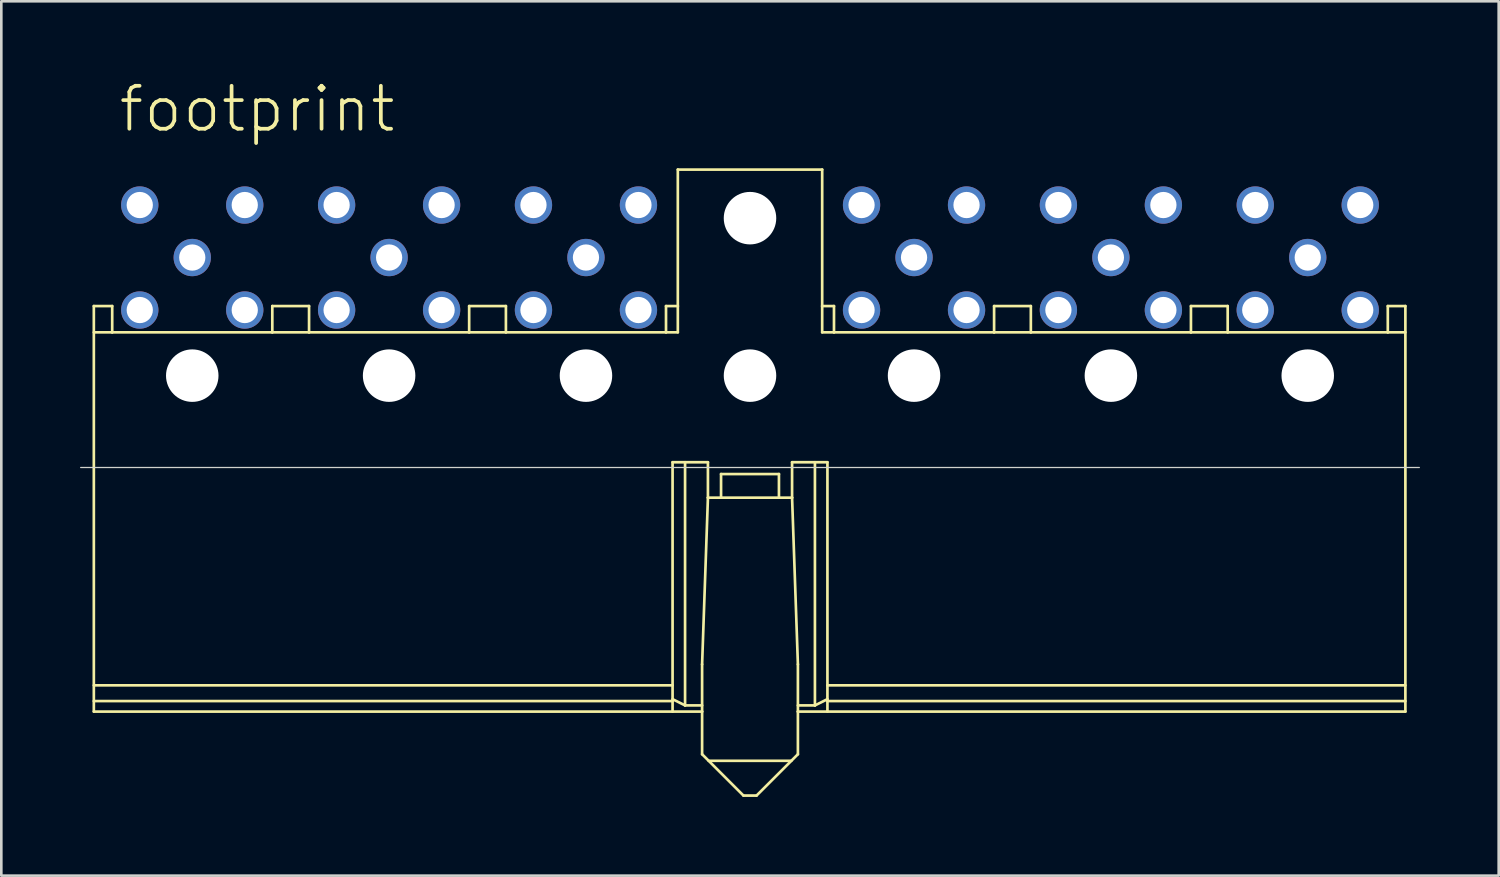
<source format=kicad_pcb>
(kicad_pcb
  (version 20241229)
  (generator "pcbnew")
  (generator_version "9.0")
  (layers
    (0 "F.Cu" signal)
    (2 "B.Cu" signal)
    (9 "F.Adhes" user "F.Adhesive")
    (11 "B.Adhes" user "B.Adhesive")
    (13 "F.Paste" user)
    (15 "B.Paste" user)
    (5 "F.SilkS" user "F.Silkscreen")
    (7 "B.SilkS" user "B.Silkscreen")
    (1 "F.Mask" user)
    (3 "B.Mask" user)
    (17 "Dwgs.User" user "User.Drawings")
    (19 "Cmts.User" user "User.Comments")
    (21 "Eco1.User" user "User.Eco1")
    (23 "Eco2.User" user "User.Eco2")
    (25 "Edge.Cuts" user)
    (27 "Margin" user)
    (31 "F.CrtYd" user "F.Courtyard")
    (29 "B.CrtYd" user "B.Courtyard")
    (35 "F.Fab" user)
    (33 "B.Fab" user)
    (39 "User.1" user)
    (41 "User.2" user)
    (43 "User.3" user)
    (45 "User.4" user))
  (footprint "footprint"
    (layer "F.Cu")
    (at 25.525 11.262)
    (property "Reference" "footprint" (at -24.13 -9.2 0) (layer "F.SilkS") (effects (font (size 1.636 1.636) (thickness 0.142)) (justify left bottom)))
    (fp_line (start -25 -2.651) (end -25 12.799) (stroke (width 0.102) (type solid)) (layer "F.SilkS"))
    (fp_line (start -25 -1.651) (end -24.3 -1.651) (stroke (width 0.102) (type solid)) (layer "F.SilkS"))
    (fp_line (start -25 11.799) (end -2.95 11.799) (stroke (width 0.102) (type solid)) (layer "F.SilkS"))
    (fp_line (start -25 12.399) (end -2.95 12.399) (stroke (width 0.102) (type solid)) (layer "F.SilkS"))
    (fp_line (start -25 12.799) (end -1.825 12.799) (stroke (width 0.102) (type solid)) (layer "F.SilkS"))
    (fp_line (start -24.3 -2.651) (end -25 -2.651) (stroke (width 0.102) (type solid)) (layer "F.SilkS"))
    (fp_line (start -24.3 -1.651) (end -24.3 -2.651) (stroke (width 0.102) (type solid)) (layer "F.SilkS"))
    (fp_line (start -18.2 -2.651) (end -18.2 -1.651) (stroke (width 0.102) (type solid)) (layer "F.SilkS"))
    (fp_line (start -18.2 -1.651) (end -24.3 -1.651) (stroke (width 0.102) (type solid)) (layer "F.SilkS"))
    (fp_line (start -18.2 -1.651) (end -16.8 -1.651) (stroke (width 0.102) (type solid)) (layer "F.SilkS"))
    (fp_line (start -16.8 -2.651) (end -18.2 -2.651) (stroke (width 0.102) (type solid)) (layer "F.SilkS"))
    (fp_line (start -16.8 -1.651) (end -16.8 -2.651) (stroke (width 0.102) (type solid)) (layer "F.SilkS"))
    (fp_line (start -10.7 -2.651) (end -10.7 -1.651) (stroke (width 0.102) (type solid)) (layer "F.SilkS"))
    (fp_line (start -10.7 -1.651) (end -16.8 -1.651) (stroke (width 0.102) (type solid)) (layer "F.SilkS"))
    (fp_line (start -10.7 -1.651) (end -9.3 -1.651) (stroke (width 0.102) (type solid)) (layer "F.SilkS"))
    (fp_line (start -9.3 -2.651) (end -10.7 -2.651) (stroke (width 0.102) (type solid)) (layer "F.SilkS"))
    (fp_line (start -9.3 -1.651) (end -9.3 -2.651) (stroke (width 0.102) (type solid)) (layer "F.SilkS"))
    (fp_line (start -3.2 -2.651) (end -3.2 -1.651) (stroke (width 0.102) (type solid)) (layer "F.SilkS"))
    (fp_line (start -3.2 -1.651) (end -9.3 -1.651) (stroke (width 0.102) (type solid)) (layer "F.SilkS"))
    (fp_line (start -3.2 -1.651) (end -2.75 -1.651) (stroke (width 0.102) (type solid)) (layer "F.SilkS"))
    (fp_line (start -2.95 3.299) (end -1.603 3.299) (stroke (width 0.102) (type solid)) (layer "F.SilkS"))
    (fp_line (start -2.95 12.326) (end -2.474 12.564) (stroke (width 0.102) (type solid)) (layer "F.SilkS"))
    (fp_line (start -2.95 12.799) (end -2.95 3.299) (stroke (width 0.102) (type solid)) (layer "F.SilkS"))
    (fp_line (start -2.75 -7.851) (end -2.75 -2.651) (stroke (width 0.102) (type solid)) (layer "F.SilkS"))
    (fp_line (start -2.75 -7.851) (end 2.75 -7.851) (stroke (width 0.102) (type solid)) (layer "F.SilkS"))
    (fp_line (start -2.75 -2.651) (end -3.2 -2.651) (stroke (width 0.102) (type solid)) (layer "F.SilkS"))
    (fp_line (start -2.75 -1.651) (end -2.75 -2.651) (stroke (width 0.102) (type solid)) (layer "F.SilkS"))
    (fp_line (start -2.474 12.564) (end -2.474 3.299) (stroke (width 0.102) (type solid)) (layer "F.SilkS"))
    (fp_line (start -2.474 12.564) (end -1.825 12.564) (stroke (width 0.102) (type solid)) (layer "F.SilkS"))
    (fp_line (start -1.825 10.999) (end -1.603 4.649) (stroke (width 0.102) (type solid)) (layer "F.SilkS"))
    (fp_line (start -1.825 12.799) (end -1.825 10.999) (stroke (width 0.102) (type solid)) (layer "F.SilkS"))
    (fp_line (start -1.825 12.799) (end -1.825 14.424) (stroke (width 0.102) (type solid)) (layer "F.SilkS"))
    (fp_line (start -1.825 14.424) (end -0.25 15.999) (stroke (width 0.102) (type solid)) (layer "F.SilkS"))
    (fp_line (start -1.603 4.649) (end -1.603 3.299) (stroke (width 0.102) (type solid)) (layer "F.SilkS"))
    (fp_line (start -1.103 3.749) (end -1.103 4.649) (stroke (width 0.102) (type solid)) (layer "F.SilkS"))
    (fp_line (start -1.103 3.749) (end 1.103 3.749) (stroke (width 0.102) (type solid)) (layer "F.SilkS"))
    (fp_line (start 0.25 15.999) (end -0.25 15.999) (stroke (width 0.102) (type solid)) (layer "F.SilkS"))
    (fp_line (start 1.103 3.749) (end 1.103 4.649) (stroke (width 0.102) (type solid)) (layer "F.SilkS"))
    (fp_line (start 1.575 14.674) (end -1.575 14.674) (stroke (width 0.102) (type solid)) (layer "F.SilkS"))
    (fp_line (start 1.603 4.649) (end -1.603 4.649) (stroke (width 0.102) (type solid)) (layer "F.SilkS"))
    (fp_line (start 1.603 4.649) (end 1.603 3.299) (stroke (width 0.102) (type solid)) (layer "F.SilkS"))
    (fp_line (start 1.825 10.999) (end 1.603 4.649) (stroke (width 0.102) (type solid)) (layer "F.SilkS"))
    (fp_line (start 1.825 12.799) (end 1.825 10.999) (stroke (width 0.102) (type solid)) (layer "F.SilkS"))
    (fp_line (start 1.825 12.799) (end 1.825 14.424) (stroke (width 0.102) (type solid)) (layer "F.SilkS"))
    (fp_line (start 1.825 14.424) (end 0.25 15.999) (stroke (width 0.102) (type solid)) (layer "F.SilkS"))
    (fp_line (start 2.474 12.564) (end 1.825 12.564) (stroke (width 0.102) (type solid)) (layer "F.SilkS"))
    (fp_line (start 2.474 12.564) (end 2.474 3.299) (stroke (width 0.102) (type solid)) (layer "F.SilkS"))
    (fp_line (start 2.75 -7.851) (end 2.75 -2.651) (stroke (width 0.102) (type solid)) (layer "F.SilkS"))
    (fp_line (start 2.75 -2.651) (end 3.2 -2.651) (stroke (width 0.102) (type solid)) (layer "F.SilkS"))
    (fp_line (start 2.75 -1.651) (end 2.75 -2.651) (stroke (width 0.102) (type solid)) (layer "F.SilkS"))
    (fp_line (start 2.95 3.299) (end 1.603 3.299) (stroke (width 0.102) (type solid)) (layer "F.SilkS"))
    (fp_line (start 2.95 11.799) (end 24.97 11.799) (stroke (width 0.102) (type solid)) (layer "F.SilkS"))
    (fp_line (start 2.95 12.326) (end 2.474 12.564) (stroke (width 0.102) (type solid)) (layer "F.SilkS"))
    (fp_line (start 2.95 12.399) (end 24.97 12.399) (stroke (width 0.102) (type solid)) (layer "F.SilkS"))
    (fp_line (start 2.95 12.799) (end 2.95 3.299) (stroke (width 0.102) (type solid)) (layer "F.SilkS"))
    (fp_line (start 3.2 -2.651) (end 3.2 -1.651) (stroke (width 0.102) (type solid)) (layer "F.SilkS"))
    (fp_line (start 3.2 -1.651) (end 2.75 -1.651) (stroke (width 0.102) (type solid)) (layer "F.SilkS"))
    (fp_line (start 3.2 -1.651) (end 9.3 -1.651) (stroke (width 0.102) (type solid)) (layer "F.SilkS"))
    (fp_line (start 9.3 -2.651) (end 10.7 -2.651) (stroke (width 0.102) (type solid)) (layer "F.SilkS"))
    (fp_line (start 9.3 -1.651) (end 9.3 -2.651) (stroke (width 0.102) (type solid)) (layer "F.SilkS"))
    (fp_line (start 10.7 -2.651) (end 10.7 -1.651) (stroke (width 0.102) (type solid)) (layer "F.SilkS"))
    (fp_line (start 10.7 -1.651) (end 9.3 -1.651) (stroke (width 0.102) (type solid)) (layer "F.SilkS"))
    (fp_line (start 10.7 -1.651) (end 16.8 -1.651) (stroke (width 0.102) (type solid)) (layer "F.SilkS"))
    (fp_line (start 16.8 -2.651) (end 18.2 -2.651) (stroke (width 0.102) (type solid)) (layer "F.SilkS"))
    (fp_line (start 16.8 -1.651) (end 16.8 -2.651) (stroke (width 0.102) (type solid)) (layer "F.SilkS"))
    (fp_line (start 18.2 -2.651) (end 18.2 -1.651) (stroke (width 0.102) (type solid)) (layer "F.SilkS"))
    (fp_line (start 18.2 -1.651) (end 16.8 -1.651) (stroke (width 0.102) (type solid)) (layer "F.SilkS"))
    (fp_line (start 18.2 -1.651) (end 24.3 -1.651) (stroke (width 0.102) (type solid)) (layer "F.SilkS"))
    (fp_line (start 24.3 -2.651) (end 24.97 -2.651) (stroke (width 0.102) (type solid)) (layer "F.SilkS"))
    (fp_line (start 24.3 -1.651) (end 24.3 -2.651) (stroke (width 0.102) (type solid)) (layer "F.SilkS"))
    (fp_line (start 24.3 -1.651) (end 24.97 -1.651) (stroke (width 0.102) (type solid)) (layer "F.SilkS"))
    (fp_line (start 24.97 -2.651) (end 24.97 12.799) (stroke (width 0.102) (type solid)) (layer "F.SilkS"))
    (fp_line (start 24.97 12.799) (end 1.825 12.799) (stroke (width 0.102) (type solid)) (layer "F.SilkS"))
    (fp_line (start -25.5 3.5) (end 25.5 3.5) (stroke (width 0.05) (type solid)) (layer "Edge.Cuts"))
    (pad "" np_thru_hole circle (at -21.25 0) (size 2 2) (drill 2) (layers "*.Cu" "*.Mask"))
    (pad "" np_thru_hole circle (at -13.75 0) (size 2 2) (drill 2) (layers "*.Cu" "*.Mask"))
    (pad "" np_thru_hole circle (at -6.25 0) (size 2 2) (drill 2) (layers "*.Cu" "*.Mask"))
    (pad "" np_thru_hole circle (at 0 -6) (size 2 2) (drill 2) (layers "*.Cu" "*.Mask"))
    (pad "" np_thru_hole circle (at 0 0) (size 2 2) (drill 2) (layers "*.Cu" "*.Mask"))
    (pad "" np_thru_hole circle (at 6.25 0) (size 2 2) (drill 2) (layers "*.Cu" "*.Mask"))
    (pad "" np_thru_hole circle (at 13.75 0) (size 2 2) (drill 2) (layers "*.Cu" "*.Mask"))
    (pad "" np_thru_hole circle (at 21.25 0) (size 2 2) (drill 2) (layers "*.Cu" "*.Mask"))
    (pad "2" thru_hole circle (at 21.25 -4.5) (size 1.422 1.422) (drill 1) (layers "*.Cu" "*.Mask"))
    (pad "2.1" thru_hole circle (at 23.25 -6.5) (size 1.422 1.422) (drill 1) (layers "*.Cu" "*.Mask"))
    (pad "2.2" thru_hole circle (at 23.25 -2.5) (size 1.422 1.422) (drill 1) (layers "*.Cu" "*.Mask"))
    (pad "2.3" thru_hole circle (at 19.25 -2.5) (size 1.422 1.422) (drill 1) (layers "*.Cu" "*.Mask"))
    (pad "2.4" thru_hole circle (at 19.25 -6.5) (size 1.422 1.422) (drill 1) (layers "*.Cu" "*.Mask"))
    (pad "6" thru_hole circle (at 13.75 -4.5) (size 1.422 1.422) (drill 1) (layers "*.Cu" "*.Mask"))
    (pad "6.1" thru_hole circle (at 15.75 -6.5) (size 1.422 1.422) (drill 1) (layers "*.Cu" "*.Mask"))
    (pad "6.2" thru_hole circle (at 15.75 -2.5) (size 1.422 1.422) (drill 1) (layers "*.Cu" "*.Mask"))
    (pad "6.3" thru_hole circle (at 11.75 -2.5) (size 1.422 1.422) (drill 1) (layers "*.Cu" "*.Mask"))
    (pad "6.4" thru_hole circle (at 11.75 -6.5) (size 1.422 1.422) (drill 1) (layers "*.Cu" "*.Mask"))
    (pad "10" thru_hole circle (at 6.25 -4.5) (size 1.422 1.422) (drill 1) (layers "*.Cu" "*.Mask"))
    (pad "10.1" thru_hole circle (at 8.25 -6.5) (size 1.422 1.422) (drill 1) (layers "*.Cu" "*.Mask"))
    (pad "10.2" thru_hole circle (at 8.25 -2.5) (size 1.422 1.422) (drill 1) (layers "*.Cu" "*.Mask"))
    (pad "10.3" thru_hole circle (at 4.25 -2.5) (size 1.422 1.422) (drill 1) (layers "*.Cu" "*.Mask"))
    (pad "10.4" thru_hole circle (at 4.25 -6.5) (size 1.422 1.422) (drill 1) (layers "*.Cu" "*.Mask"))
    (pad "16" thru_hole circle (at -6.25 -4.5) (size 1.422 1.422) (drill 1) (layers "*.Cu" "*.Mask"))
    (pad "16.1" thru_hole circle (at -4.25 -6.5) (size 1.422 1.422) (drill 1) (layers "*.Cu" "*.Mask"))
    (pad "16.2" thru_hole circle (at -4.25 -2.5) (size 1.422 1.422) (drill 1) (layers "*.Cu" "*.Mask"))
    (pad "16.3" thru_hole circle (at -8.25 -2.5) (size 1.422 1.422) (drill 1) (layers "*.Cu" "*.Mask"))
    (pad "16.4" thru_hole circle (at -8.25 -6.5) (size 1.422 1.422) (drill 1) (layers "*.Cu" "*.Mask"))
    (pad "20" thru_hole circle (at -13.75 -4.5) (size 1.422 1.422) (drill 1) (layers "*.Cu" "*.Mask"))
    (pad "20.1" thru_hole circle (at -11.75 -6.5) (size 1.422 1.422) (drill 1) (layers "*.Cu" "*.Mask"))
    (pad "20.2" thru_hole circle (at -11.75 -2.5) (size 1.422 1.422) (drill 1) (layers "*.Cu" "*.Mask"))
    (pad "20.3" thru_hole circle (at -15.75 -2.5) (size 1.422 1.422) (drill 1) (layers "*.Cu" "*.Mask"))
    (pad "20.4" thru_hole circle (at -15.75 -6.5) (size 1.422 1.422) (drill 1) (layers "*.Cu" "*.Mask"))
    (pad "24" thru_hole circle (at -21.25 -4.5) (size 1.422 1.422) (drill 1) (layers "*.Cu" "*.Mask"))
    (pad "24.1" thru_hole circle (at -19.25 -6.5) (size 1.422 1.422) (drill 1) (layers "*.Cu" "*.Mask"))
    (pad "24.2" thru_hole circle (at -19.25 -2.5) (size 1.422 1.422) (drill 1) (layers "*.Cu" "*.Mask"))
    (pad "24.3" thru_hole circle (at -23.25 -2.5) (size 1.422 1.422) (drill 1) (layers "*.Cu" "*.Mask"))
    (pad "24.4" thru_hole circle (at -23.25 -6.5) (size 1.422 1.422) (drill 1) (layers "*.Cu" "*.Mask")))
  (gr_rect
    (start -3 -3)
    (end 54.05 30.312)
    (stroke (width 0.1) (type default))
    (fill no)
    (layer "Edge.Cuts")))
</source>
